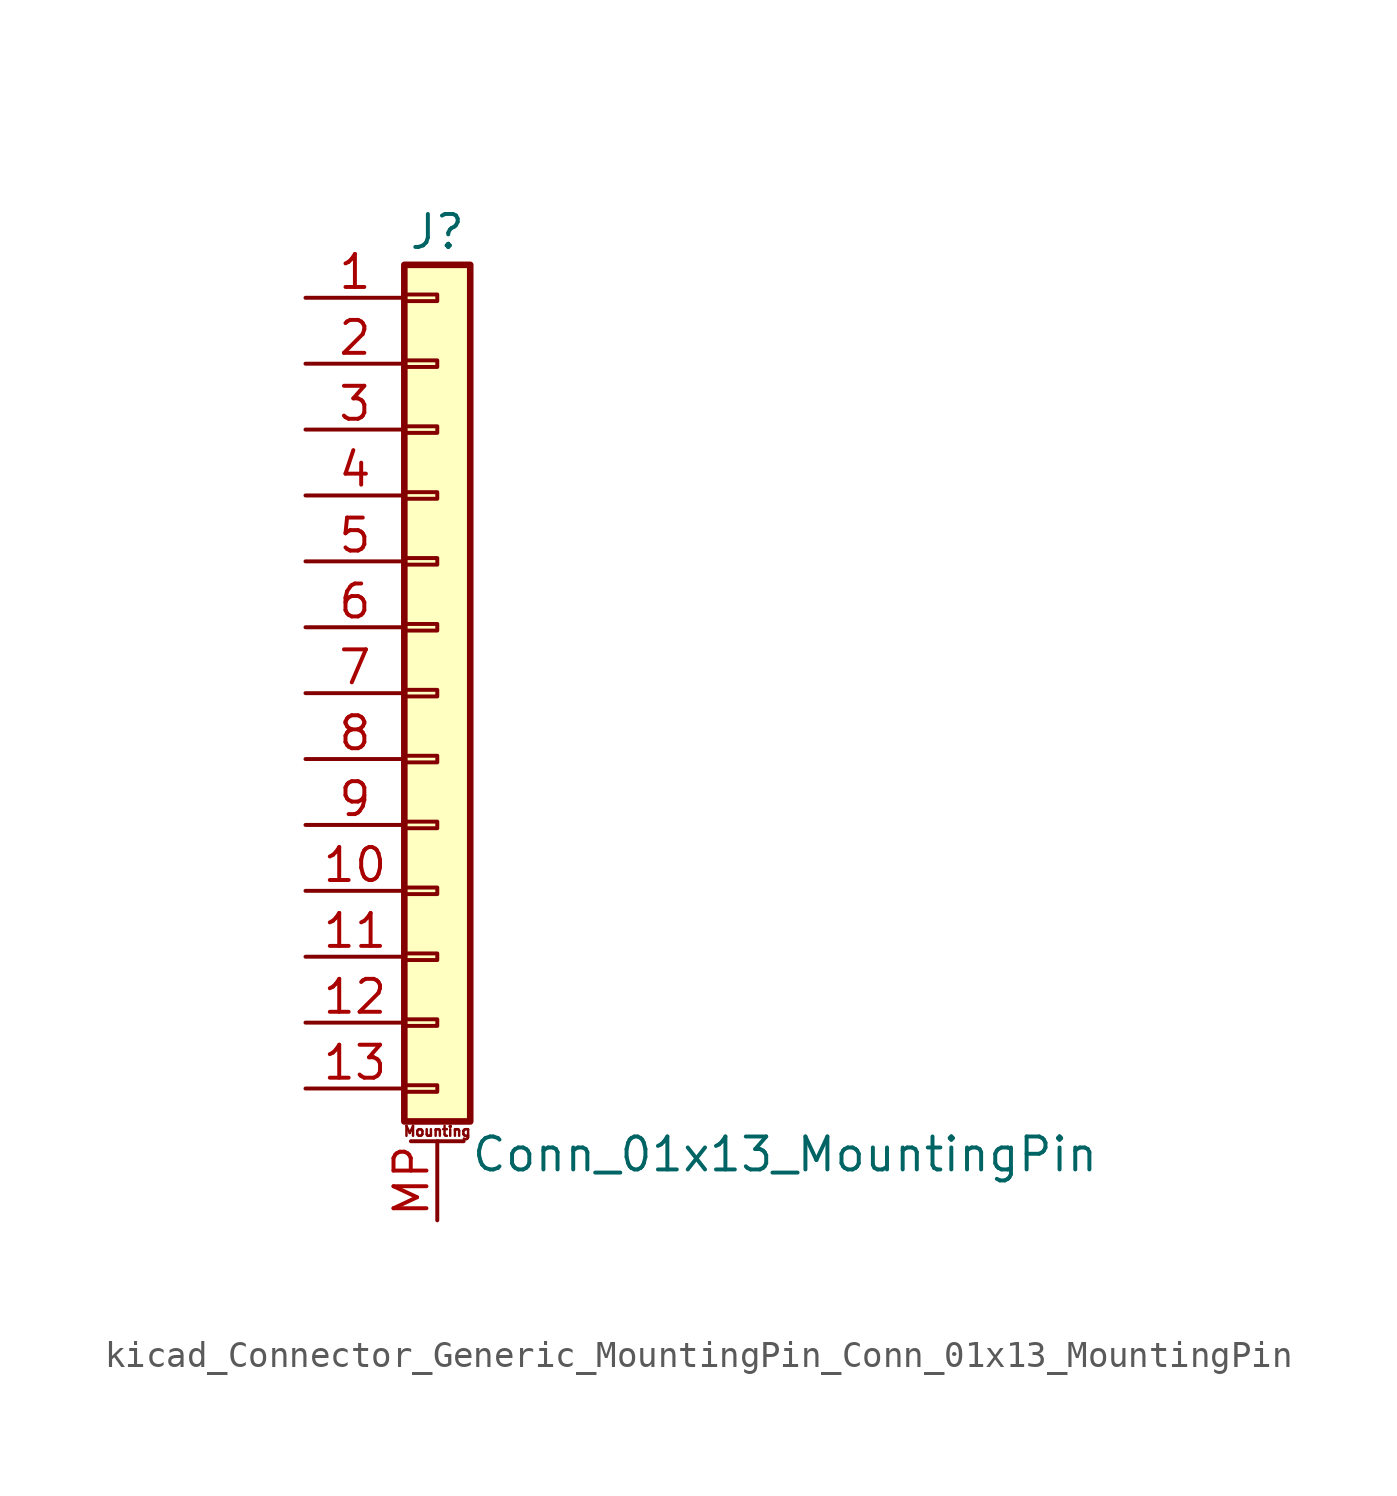
<source format=kicad_sym>
(kicad_symbol_lib
  (version 20220914)
  (generator kicad_symbol_editor)
  (symbol "kicad_Connector_Generic_MountingPin_Conn_01x13_MountingPin"
    (pin_names
      (offset 1.016) hide)
    (property "Reference" "J"
      (at 0 17.78 0)
      (effects (font (size 1.27 1.27))))
    (property "Value" "Conn_01x13_MountingPin"
      (at 1.27 -17.78 0)
      (effects (font (size 1.27 1.27)) (justify left)))
    (symbol "kicad_Connector_Generic_MountingPin_Conn_01x13_MountingPin_1_1"
      (rectangle (start -1.27 -15.113) (end 0 -15.367) (stroke (width 0.152) (type default)) (fill (type none)))
      (rectangle (start -1.27 -12.573) (end 0 -12.827) (stroke (width 0.152) (type default)) (fill (type none)))
      (rectangle (start -1.27 -10.033) (end 0 -10.287) (stroke (width 0.152) (type default)) (fill (type none)))
      (rectangle (start -1.27 -7.493) (end 0 -7.747) (stroke (width 0.152) (type default)) (fill (type none)))
      (rectangle (start -1.27 -4.953) (end 0 -5.207) (stroke (width 0.152) (type default)) (fill (type none)))
      (rectangle (start -1.27 -2.413) (end 0 -2.667) (stroke (width 0.152) (type default)) (fill (type none)))
      (rectangle (start -1.27 0.127) (end 0 -0.127) (stroke (width 0.152) (type default)) (fill (type none)))
      (rectangle (start -1.27 2.667) (end 0 2.413) (stroke (width 0.152) (type default)) (fill (type none)))
      (rectangle (start -1.27 5.207) (end 0 4.953) (stroke (width 0.152) (type default)) (fill (type none)))
      (rectangle (start -1.27 7.747) (end 0 7.493) (stroke (width 0.152) (type default)) (fill (type none)))
      (rectangle (start -1.27 10.287) (end 0 10.033) (stroke (width 0.152) (type default)) (fill (type none)))
      (rectangle (start -1.27 12.827) (end 0 12.573) (stroke (width 0.152) (type default)) (fill (type none)))
      (rectangle (start -1.27 15.367) (end 0 15.113) (stroke (width 0.152) (type default)) (fill (type none)))
      (rectangle (start -1.27 16.51) (end 1.27 -16.51) (stroke (width 0.254) (type default)) (fill (type background)))
      (polyline (pts (xy -1.016 -17.272) (xy 1.016 -17.272)) (stroke (width 0.152) (type default)) (fill (type none)))
      (text "Mounting" (at 0 -16.891 0) (effects (font (size 0.381 0.381))))
      (pin passive line (at -5.08 15.24 0) (length 3.81) (name "Pin_1" (effects (font (size 1.27 1.27)))) (number "1" (effects (font (size 1.27 1.27)))))
      (pin passive line (at -5.08 -7.62 0) (length 3.81) (name "Pin_10" (effects (font (size 1.27 1.27)))) (number "10" (effects (font (size 1.27 1.27)))))
      (pin passive line (at -5.08 -10.16 0) (length 3.81) (name "Pin_11" (effects (font (size 1.27 1.27)))) (number "11" (effects (font (size 1.27 1.27)))))
      (pin passive line (at -5.08 -12.7 0) (length 3.81) (name "Pin_12" (effects (font (size 1.27 1.27)))) (number "12" (effects (font (size 1.27 1.27)))))
      (pin passive line (at -5.08 -15.24 0) (length 3.81) (name "Pin_13" (effects (font (size 1.27 1.27)))) (number "13" (effects (font (size 1.27 1.27)))))
      (pin passive line (at -5.08 12.7 0) (length 3.81) (name "Pin_2" (effects (font (size 1.27 1.27)))) (number "2" (effects (font (size 1.27 1.27)))))
      (pin passive line (at -5.08 10.16 0) (length 3.81) (name "Pin_3" (effects (font (size 1.27 1.27)))) (number "3" (effects (font (size 1.27 1.27)))))
      (pin passive line (at -5.08 7.62 0) (length 3.81) (name "Pin_4" (effects (font (size 1.27 1.27)))) (number "4" (effects (font (size 1.27 1.27)))))
      (pin passive line (at -5.08 5.08 0) (length 3.81) (name "Pin_5" (effects (font (size 1.27 1.27)))) (number "5" (effects (font (size 1.27 1.27)))))
      (pin passive line (at -5.08 2.54 0) (length 3.81) (name "Pin_6" (effects (font (size 1.27 1.27)))) (number "6" (effects (font (size 1.27 1.27)))))
      (pin passive line (at -5.08 0 0) (length 3.81) (name "Pin_7" (effects (font (size 1.27 1.27)))) (number "7" (effects (font (size 1.27 1.27)))))
      (pin passive line (at -5.08 -2.54 0) (length 3.81) (name "Pin_8" (effects (font (size 1.27 1.27)))) (number "8" (effects (font (size 1.27 1.27)))))
      (pin passive line (at -5.08 -5.08 0) (length 3.81) (name "Pin_9" (effects (font (size 1.27 1.27)))) (number "9" (effects (font (size 1.27 1.27)))))
      (pin passive line (at 0 -20.32 90) (length 3.048) (name "MountPin" (effects (font (size 1.27 1.27)))) (number "MP" (effects (font (size 1.27 1.27))))))))
</source>
